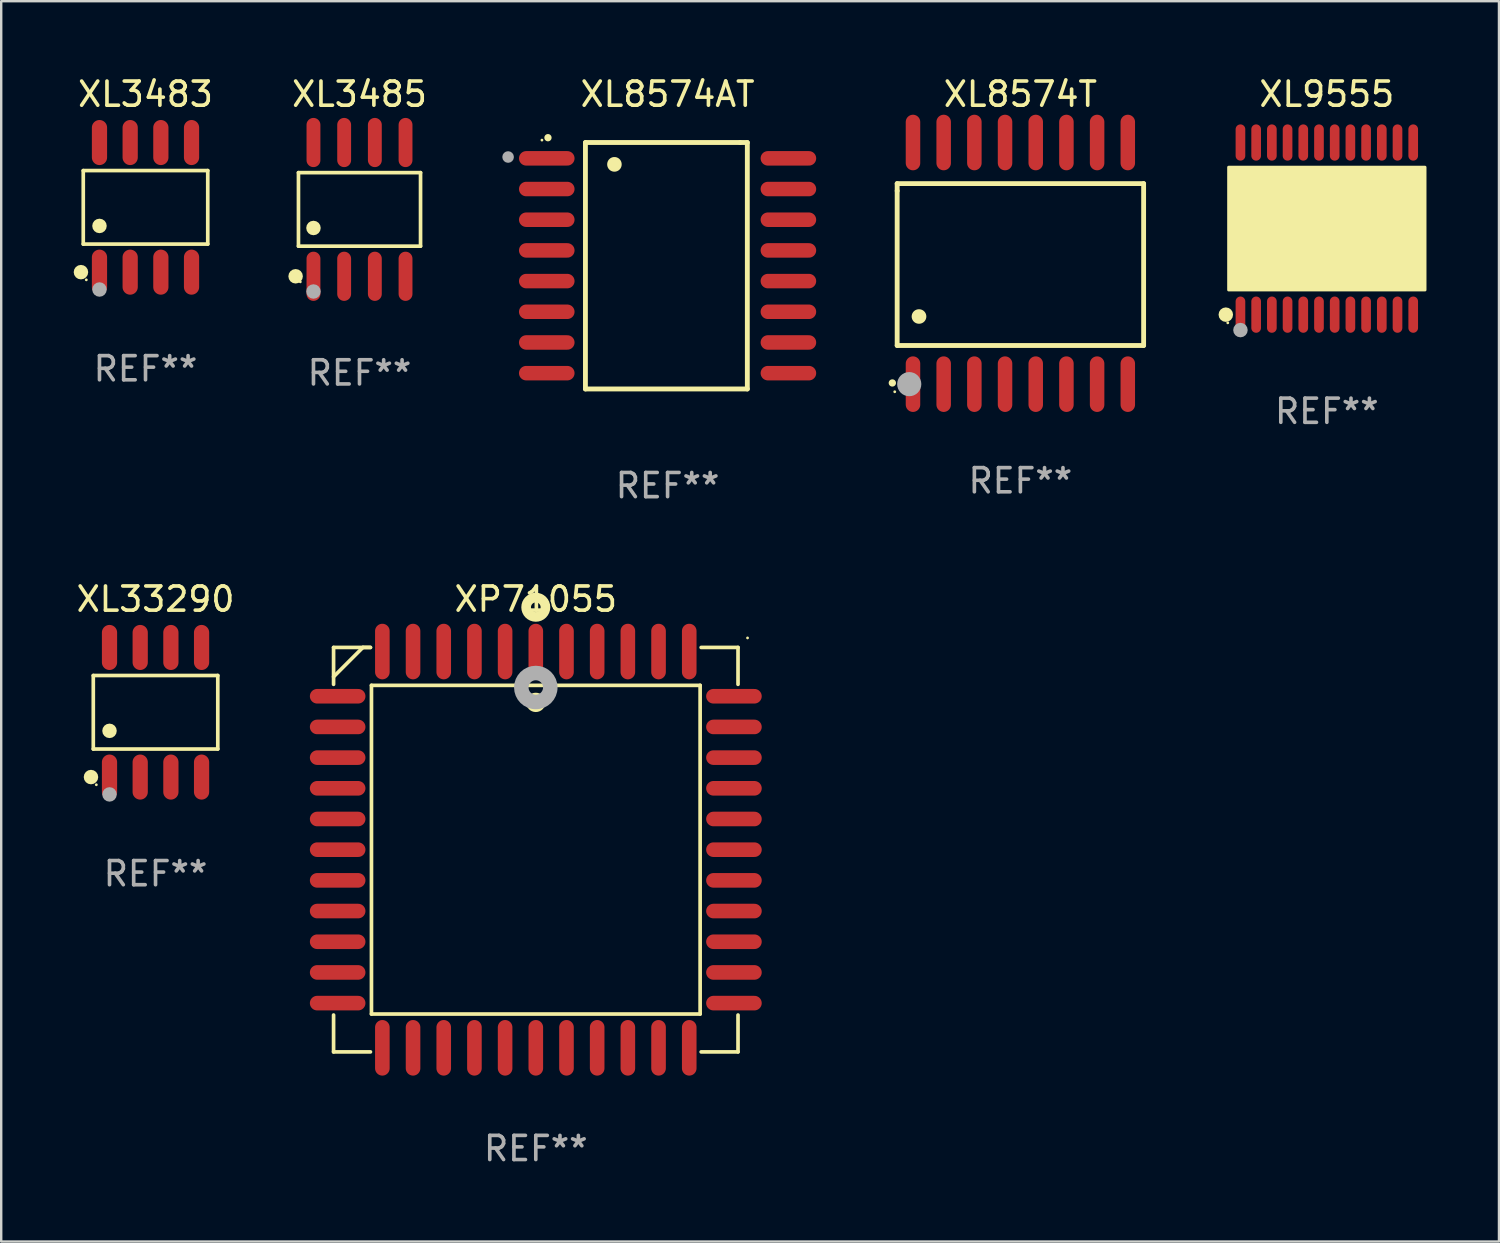
<source format=kicad_pcb>
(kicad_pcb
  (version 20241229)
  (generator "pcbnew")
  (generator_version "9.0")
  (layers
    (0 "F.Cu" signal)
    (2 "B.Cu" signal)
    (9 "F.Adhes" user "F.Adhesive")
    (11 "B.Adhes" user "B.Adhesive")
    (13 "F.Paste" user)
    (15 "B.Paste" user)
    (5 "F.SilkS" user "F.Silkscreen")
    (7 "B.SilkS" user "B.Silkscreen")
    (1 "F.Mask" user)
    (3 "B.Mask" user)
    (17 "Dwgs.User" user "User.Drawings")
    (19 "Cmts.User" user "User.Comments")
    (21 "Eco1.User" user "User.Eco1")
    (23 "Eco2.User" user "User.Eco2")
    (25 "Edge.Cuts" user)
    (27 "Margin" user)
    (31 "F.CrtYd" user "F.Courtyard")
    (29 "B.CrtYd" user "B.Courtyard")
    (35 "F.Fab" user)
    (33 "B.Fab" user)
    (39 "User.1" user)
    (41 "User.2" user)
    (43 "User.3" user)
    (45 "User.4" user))
  (footprint "XL9555"
    (layer "F.Cu")
    (at 51.861 6.41)
    (property "Reference" "XL9555" (at 0 -5.562 0) (layer "F.SilkS") (effects (font (size 1 1) (thickness 0.15))))
    (attr through_hole)
    (fp_circle (center -4.181 3.562) (end -4.031 3.562) (stroke (width 0.3) (type solid)) (fill no) (layer "F.SilkS"))
    (fp_circle (center -4.1 3.9) (end -4.07 3.9) (stroke (width 0.06) (type solid)) (fill no) (layer "F.SilkS"))
    (fp_circle (center -3.575 1.819) (end -3.425 1.819) (stroke (width 0.3) (type solid)) (fill no) (layer "F.SilkS"))
    (fp_poly (pts (xy -4.064 -2.54) (xy 4.064 -2.54) (xy 4.064 2.54) (xy -4.064 2.54)) (stroke (width 0.12) (type solid)) (fill yes) (layer "F.SilkS"))
    (fp_circle (center -3.575 4.2) (end -3.425 4.2) (stroke (width 0.3) (type solid)) (fill no) (layer "F.Fab"))
    (fp_text user "REF**" (at 0 7.562 0) (layer "F.Fab") (effects (font (size 1 1) (thickness 0.15))))
    (pad "1" smd oval (at -3.575 3.562) (size 0.4 1.5) (layers "F.Cu" "F.Mask" "F.Paste"))
    (pad "2" smd oval (at -2.925 3.562) (size 0.4 1.5) (layers "F.Cu" "F.Mask" "F.Paste"))
    (pad "3" smd oval (at -2.275 3.562) (size 0.4 1.5) (layers "F.Cu" "F.Mask" "F.Paste"))
    (pad "4" smd oval (at -1.625 3.562) (size 0.4 1.5) (layers "F.Cu" "F.Mask" "F.Paste"))
    (pad "5" smd oval (at -0.975 3.562) (size 0.4 1.5) (layers "F.Cu" "F.Mask" "F.Paste"))
    (pad "6" smd oval (at -0.325 3.562) (size 0.4 1.5) (layers "F.Cu" "F.Mask" "F.Paste"))
    (pad "7" smd oval (at 0.325 3.562) (size 0.4 1.5) (layers "F.Cu" "F.Mask" "F.Paste"))
    (pad "8" smd oval (at 0.975 3.562) (size 0.4 1.5) (layers "F.Cu" "F.Mask" "F.Paste"))
    (pad "9" smd oval (at 1.625 3.562) (size 0.4 1.5) (layers "F.Cu" "F.Mask" "F.Paste"))
    (pad "10" smd oval (at 2.275 3.562) (size 0.4 1.5) (layers "F.Cu" "F.Mask" "F.Paste"))
    (pad "11" smd oval (at 2.925 3.562) (size 0.4 1.5) (layers "F.Cu" "F.Mask" "F.Paste"))
    (pad "12" smd oval (at 3.575 3.562) (size 0.4 1.5) (layers "F.Cu" "F.Mask" "F.Paste"))
    (pad "13" smd oval (at 3.575 -3.562) (size 0.4 1.5) (layers "F.Cu" "F.Mask" "F.Paste"))
    (pad "14" smd oval (at 2.925 -3.562) (size 0.4 1.5) (layers "F.Cu" "F.Mask" "F.Paste"))
    (pad "15" smd oval (at 2.275 -3.562) (size 0.4 1.5) (layers "F.Cu" "F.Mask" "F.Paste"))
    (pad "16" smd oval (at 1.625 -3.562) (size 0.4 1.5) (layers "F.Cu" "F.Mask" "F.Paste"))
    (pad "17" smd oval (at 0.975 -3.562) (size 0.4 1.5) (layers "F.Cu" "F.Mask" "F.Paste"))
    (pad "18" smd oval (at 0.325 -3.562) (size 0.4 1.5) (layers "F.Cu" "F.Mask" "F.Paste"))
    (pad "19" smd oval (at -0.325 -3.562) (size 0.4 1.5) (layers "F.Cu" "F.Mask" "F.Paste"))
    (pad "20" smd oval (at -0.975 -3.562) (size 0.4 1.5) (layers "F.Cu" "F.Mask" "F.Paste"))
    (pad "21" smd oval (at -1.625 -3.562) (size 0.4 1.5) (layers "F.Cu" "F.Mask" "F.Paste"))
    (pad "22" smd oval (at -2.275 -3.562) (size 0.4 1.5) (layers "F.Cu" "F.Mask" "F.Paste"))
    (pad "23" smd oval (at -2.925 -3.562) (size 0.4 1.5) (layers "F.Cu" "F.Mask" "F.Paste"))
    (pad "24" smd oval (at -3.575 -3.562) (size 0.4 1.5) (layers "F.Cu" "F.Mask" "F.Paste")))
  (footprint "XL8574AT"
    (layer "F.Cu")
    (at 24.578 7.948)
    (property "Reference" "XL8574AT" (at 0 -7.1 0) (layer "F.SilkS") (effects (font (size 1 1) (thickness 0.15))))
    (attr through_hole)
    (fp_line (start -3.4 -5.1) (end -3.4 5.1) (stroke (width 0.2) (type solid)) (layer "F.SilkS"))
    (fp_line (start -3.4 5.1) (end 3.3 5.1) (stroke (width 0.2) (type solid)) (layer "F.SilkS"))
    (fp_line (start 3 -5.1) (end -3.4 -5.1) (stroke (width 0.2) (type solid)) (layer "F.SilkS"))
    (fp_line (start 3.3 -5.1) (end 3 -5.1) (stroke (width 0.2) (type solid)) (layer "F.SilkS"))
    (fp_line (start 3.3 5.1) (end 3.3 -5.1) (stroke (width 0.2) (type solid)) (layer "F.SilkS"))
    (fp_arc (start -4.950495 -5.298451) (mid -4.9505 -5.299721) (end -4.950495 -5.300991) (stroke (width 0.3) (type solid)) (layer "F.SilkS"))
    (fp_arc (start -2.200025 -4.19238) (mid -2.200049 -4.19619) (end -2.200025 -4.2) (stroke (width 0.6) (type solid)) (layer "F.SilkS"))
    (fp_circle (center -5.2 -5.2) (end -5.17 -5.2) (stroke (width 0.06) (type solid)) (fill no) (layer "F.SilkS"))
    (fp_circle (center -6.6 -4.5) (end -6.48 -4.5) (stroke (width 0.24) (type solid)) (fill no) (layer "F.Fab"))
    (fp_text user "REF**" (at 0 9.1 0) (layer "F.Fab") (effects (font (size 1 1) (thickness 0.15))))
    (pad "1" smd oval (at -5 -4.445 90) (size 0.6 2.3) (layers "F.Cu" "F.Mask" "F.Paste"))
    (pad "2" smd oval (at -5 -3.175 90) (size 0.6 2.3) (layers "F.Cu" "F.Mask" "F.Paste"))
    (pad "3" smd oval (at -5 -1.905 90) (size 0.6 2.3) (layers "F.Cu" "F.Mask" "F.Paste"))
    (pad "4" smd oval (at -5 -0.635 90) (size 0.6 2.3) (layers "F.Cu" "F.Mask" "F.Paste"))
    (pad "5" smd oval (at -5 0.635 90) (size 0.6 2.3) (layers "F.Cu" "F.Mask" "F.Paste"))
    (pad "6" smd oval (at -5 1.905 90) (size 0.6 2.3) (layers "F.Cu" "F.Mask" "F.Paste"))
    (pad "7" smd oval (at -5 3.175 90) (size 0.6 2.3) (layers "F.Cu" "F.Mask" "F.Paste"))
    (pad "8" smd oval (at -5 4.445 90) (size 0.6 2.3) (layers "F.Cu" "F.Mask" "F.Paste"))
    (pad "9" smd oval (at 5 4.445 90) (size 0.6 2.3) (layers "F.Cu" "F.Mask" "F.Paste"))
    (pad "10" smd oval (at 5 3.175 90) (size 0.6 2.3) (layers "F.Cu" "F.Mask" "F.Paste"))
    (pad "11" smd oval (at 5 1.905 90) (size 0.6 2.3) (layers "F.Cu" "F.Mask" "F.Paste"))
    (pad "12" smd oval (at 5 0.635 90) (size 0.6 2.3) (layers "F.Cu" "F.Mask" "F.Paste"))
    (pad "13" smd oval (at 5 -0.635 90) (size 0.6 2.3) (layers "F.Cu" "F.Mask" "F.Paste"))
    (pad "14" smd oval (at 5 -1.905 90) (size 0.6 2.3) (layers "F.Cu" "F.Mask" "F.Paste"))
    (pad "15" smd oval (at 5 -3.175 90) (size 0.6 2.3) (layers "F.Cu" "F.Mask" "F.Paste"))
    (pad "16" smd oval (at 5 -4.445 90) (size 0.6 2.3) (layers "F.Cu" "F.Mask" "F.Paste")))
  (footprint "XL8574T"
    (layer "F.Cu")
    (at 39.179 7.848)
    (property "Reference" "XL8574T" (at 0 -7 0) (layer "F.SilkS") (effects (font (size 1 1) (thickness 0.15))))
    (attr through_hole)
    (fp_line (start -5.1 -3.3) (end -5.1 -3) (stroke (width 0.2) (type solid)) (layer "F.SilkS"))
    (fp_line (start -5.1 -3) (end -5.1 3.4) (stroke (width 0.2) (type solid)) (layer "F.SilkS"))
    (fp_line (start -5.1 3.4) (end 5.1 3.4) (stroke (width 0.2) (type solid)) (layer "F.SilkS"))
    (fp_line (start 5.1 -3.3) (end -5.1 -3.3) (stroke (width 0.2) (type solid)) (layer "F.SilkS"))
    (fp_line (start 5.1 3.4) (end 5.1 -3.3) (stroke (width 0.2) (type solid)) (layer "F.SilkS"))
    (fp_arc (start -5.300991 4.950495) (mid -5.299721 4.95049) (end -5.298451 4.950495) (stroke (width 0.3) (type solid)) (layer "F.SilkS"))
    (fp_arc (start -4.2 2.200025) (mid -4.19619 2.200001) (end -4.19238 2.200025) (stroke (width 0.6) (type solid)) (layer "F.SilkS"))
    (fp_circle (center -5.2 5.315) (end -5.17 5.315) (stroke (width 0.06) (type solid)) (fill no) (layer "F.SilkS"))
    (fp_circle (center -4.6 5) (end -4.35 5) (stroke (width 0.5) (type solid)) (fill no) (layer "F.Fab"))
    (fp_text user "REF**" (at 0 9 0) (layer "F.Fab") (effects (font (size 1 1) (thickness 0.15))))
    (pad "1" smd oval (at -4.445 5 180) (size 0.6 2.3) (layers "F.Cu" "F.Mask" "F.Paste"))
    (pad "2" smd oval (at -3.175 5 180) (size 0.6 2.3) (layers "F.Cu" "F.Mask" "F.Paste"))
    (pad "3" smd oval (at -1.905 5 180) (size 0.6 2.3) (layers "F.Cu" "F.Mask" "F.Paste"))
    (pad "4" smd oval (at -0.635 5 180) (size 0.6 2.3) (layers "F.Cu" "F.Mask" "F.Paste"))
    (pad "5" smd oval (at 0.635 5 180) (size 0.6 2.3) (layers "F.Cu" "F.Mask" "F.Paste"))
    (pad "6" smd oval (at 1.905 5 180) (size 0.6 2.3) (layers "F.Cu" "F.Mask" "F.Paste"))
    (pad "7" smd oval (at 3.175 5 180) (size 0.6 2.3) (layers "F.Cu" "F.Mask" "F.Paste"))
    (pad "8" smd oval (at 4.445 5 180) (size 0.6 2.3) (layers "F.Cu" "F.Mask" "F.Paste"))
    (pad "9" smd oval (at 4.445 -5 180) (size 0.6 2.3) (layers "F.Cu" "F.Mask" "F.Paste"))
    (pad "10" smd oval (at 3.175 -5 180) (size 0.6 2.3) (layers "F.Cu" "F.Mask" "F.Paste"))
    (pad "11" smd oval (at 1.905 -5 180) (size 0.6 2.3) (layers "F.Cu" "F.Mask" "F.Paste"))
    (pad "12" smd oval (at 0.635 -5 180) (size 0.6 2.3) (layers "F.Cu" "F.Mask" "F.Paste"))
    (pad "13" smd oval (at -0.635 -5 180) (size 0.6 2.3) (layers "F.Cu" "F.Mask" "F.Paste"))
    (pad "14" smd oval (at -1.905 -5 180) (size 0.6 2.3) (layers "F.Cu" "F.Mask" "F.Paste"))
    (pad "15" smd oval (at -3.175 -5 180) (size 0.6 2.3) (layers "F.Cu" "F.Mask" "F.Paste"))
    (pad "16" smd oval (at -4.445 -5 180) (size 0.6 2.3) (layers "F.Cu" "F.Mask" "F.Paste")))
  (footprint "XL33290"
    (layer "F.Cu")
    (at 3.387 26.427)
    (property "Reference" "XL33290" (at 0 -4.682 0) (layer "F.SilkS") (effects (font (size 1 1) (thickness 0.15))))
    (attr through_hole)
    (fp_line (start -2.576 -1.521) (end 2.576 -1.521) (stroke (width 0.152) (type solid)) (layer "F.SilkS"))
    (fp_line (start -2.576 1.521) (end -2.576 -1.521) (stroke (width 0.152) (type solid)) (layer "F.SilkS"))
    (fp_line (start 2.576 -1.521) (end 2.576 1.521) (stroke (width 0.152) (type solid)) (layer "F.SilkS"))
    (fp_line (start 2.576 1.521) (end -2.576 1.521) (stroke (width 0.152) (type solid)) (layer "F.SilkS"))
    (fp_circle (center -2.672 2.682) (end -2.522 2.682) (stroke (width 0.3) (type solid)) (fill no) (layer "F.SilkS"))
    (fp_circle (center -2.45 3) (end -2.42 3) (stroke (width 0.06) (type solid)) (fill no) (layer "F.SilkS"))
    (fp_circle (center -1.905 0.769) (end -1.755 0.769) (stroke (width 0.3) (type solid)) (fill no) (layer "F.SilkS"))
    (fp_circle (center -1.905 3.4) (end -1.755 3.4) (stroke (width 0.3) (type solid)) (fill no) (layer "F.Fab"))
    (fp_text user "REF**" (at 0 6.682 0) (layer "F.Fab") (effects (font (size 1 1) (thickness 0.15))))
    (pad "1" smd oval (at -1.905 2.682) (size 0.63 1.865) (layers "F.Cu" "F.Mask" "F.Paste"))
    (pad "2" smd oval (at -0.635 2.682) (size 0.63 1.865) (layers "F.Cu" "F.Mask" "F.Paste"))
    (pad "3" smd oval (at 0.635 2.682) (size 0.63 1.865) (layers "F.Cu" "F.Mask" "F.Paste"))
    (pad "4" smd oval (at 1.905 2.682) (size 0.63 1.865) (layers "F.Cu" "F.Mask" "F.Paste"))
    (pad "5" smd oval (at 1.905 -2.682) (size 0.63 1.865) (layers "F.Cu" "F.Mask" "F.Paste"))
    (pad "6" smd oval (at 0.635 -2.682) (size 0.63 1.865) (layers "F.Cu" "F.Mask" "F.Paste"))
    (pad "7" smd oval (at -0.635 -2.682) (size 0.63 1.865) (layers "F.Cu" "F.Mask" "F.Paste"))
    (pad "8" smd oval (at -1.905 -2.682) (size 0.63 1.865) (layers "F.Cu" "F.Mask" "F.Paste")))
  (footprint "XP71055"
    (layer "F.Cu")
    (at 19.124 32.114)
    (property "Reference" "XP71055" (at 0 -10.369 0) (layer "F.SilkS") (effects (font (size 1 1) (thickness 0.15))))
    (attr through_hole)
    (fp_line (start -8.369 -8.369) (end -8.369 -6.843) (stroke (width 0.152) (type solid)) (layer "F.SilkS"))
    (fp_line (start -8.369 8.369) (end -8.369 6.843) (stroke (width 0.152) (type solid)) (layer "F.SilkS"))
    (fp_line (start -7.156 -8.369) (end -8.369 -7.156) (stroke (width 0.152) (type solid)) (layer "F.SilkS"))
    (fp_line (start -6.843 -8.369) (end -8.369 -8.369) (stroke (width 0.152) (type solid)) (layer "F.SilkS"))
    (fp_line (start -6.843 -8.369) (end -7.156 -8.369) (stroke (width 0.152) (type solid)) (layer "F.SilkS"))
    (fp_line (start -6.843 8.369) (end -8.369 8.369) (stroke (width 0.152) (type solid)) (layer "F.SilkS"))
    (fp_line (start -6.801 -6.801) (end 6.801 -6.801) (stroke (width 0.152) (type solid)) (layer "F.SilkS"))
    (fp_line (start -6.801 6.801) (end -6.801 -6.801) (stroke (width 0.152) (type solid)) (layer "F.SilkS"))
    (fp_line (start 6.801 -6.801) (end 6.801 6.801) (stroke (width 0.152) (type solid)) (layer "F.SilkS"))
    (fp_line (start 6.801 6.801) (end -6.801 6.801) (stroke (width 0.152) (type solid)) (layer "F.SilkS"))
    (fp_line (start 6.843 -8.369) (end 8.369 -8.369) (stroke (width 0.152) (type solid)) (layer "F.SilkS"))
    (fp_line (start 6.843 8.369) (end 8.369 8.369) (stroke (width 0.152) (type solid)) (layer "F.SilkS"))
    (fp_line (start 8.369 -8.369) (end 8.369 -6.843) (stroke (width 0.152) (type solid)) (layer "F.SilkS"))
    (fp_line (start 8.369 8.369) (end 8.369 6.843) (stroke (width 0.152) (type solid)) (layer "F.SilkS"))
    (fp_circle (center -0.000013 -6.096) (end 0.2 -6.096) (stroke (width 0.4) (type solid)) (fill no) (layer "F.SilkS"))
    (fp_circle (center 0.000114 -10.033) (end 0.2 -10.033) (stroke (width 0.4) (type solid)) (fill no) (layer "F.SilkS"))
    (fp_circle (center 8.763 -8.763) (end 8.793 -8.763) (stroke (width 0.06) (type solid)) (fill no) (layer "F.SilkS"))
    (fp_circle (center 0.000114 -6.712) (end 0.3 -6.712) (stroke (width 0.6) (type solid)) (fill no) (layer "F.Fab"))
    (fp_text user "REF**" (at 0 12.369 0) (layer "F.Fab") (effects (font (size 1 1) (thickness 0.15))))
    (pad "1" smd oval (at 0.000114 -8.2) (size 0.604 2.3) (layers "F.Cu" "F.Mask" "F.Paste"))
    (pad "2" smd oval (at -1.27 -8.2) (size 0.604 2.3) (layers "F.Cu" "F.Mask" "F.Paste"))
    (pad "3" smd oval (at -2.54 -8.2) (size 0.604 2.3) (layers "F.Cu" "F.Mask" "F.Paste"))
    (pad "4" smd oval (at -3.81 -8.2) (size 0.604 2.3) (layers "F.Cu" "F.Mask" "F.Paste"))
    (pad "5" smd oval (at -5.08 -8.2) (size 0.604 2.3) (layers "F.Cu" "F.Mask" "F.Paste"))
    (pad "6" smd oval (at -6.35 -8.2) (size 0.604 2.3) (layers "F.Cu" "F.Mask" "F.Paste"))
    (pad "7" smd oval (at -8.2 -6.35) (size 2.3 0.604) (layers "F.Cu" "F.Mask" "F.Paste"))
    (pad "8" smd oval (at -8.2 -5.08) (size 2.3 0.604) (layers "F.Cu" "F.Mask" "F.Paste"))
    (pad "9" smd oval (at -8.2 -3.81) (size 2.3 0.604) (layers "F.Cu" "F.Mask" "F.Paste"))
    (pad "10" smd oval (at -8.2 -2.54) (size 2.3 0.604) (layers "F.Cu" "F.Mask" "F.Paste"))
    (pad "11" smd oval (at -8.2 -1.27) (size 2.3 0.604) (layers "F.Cu" "F.Mask" "F.Paste"))
    (pad "12" smd oval (at -8.2 0.000127) (size 2.3 0.604) (layers "F.Cu" "F.Mask" "F.Paste"))
    (pad "13" smd oval (at -8.2 1.27) (size 2.3 0.604) (layers "F.Cu" "F.Mask" "F.Paste"))
    (pad "14" smd oval (at -8.2 2.54) (size 2.3 0.604) (layers "F.Cu" "F.Mask" "F.Paste"))
    (pad "15" smd oval (at -8.2 3.81) (size 2.3 0.604) (layers "F.Cu" "F.Mask" "F.Paste"))
    (pad "16" smd oval (at -8.2 5.08) (size 2.3 0.604) (layers "F.Cu" "F.Mask" "F.Paste"))
    (pad "17" smd oval (at -8.2 6.35) (size 2.3 0.604) (layers "F.Cu" "F.Mask" "F.Paste"))
    (pad "18" smd oval (at -6.35 8.2) (size 0.604 2.3) (layers "F.Cu" "F.Mask" "F.Paste"))
    (pad "19" smd oval (at -5.08 8.2) (size 0.604 2.3) (layers "F.Cu" "F.Mask" "F.Paste"))
    (pad "20" smd oval (at -3.81 8.2) (size 0.604 2.3) (layers "F.Cu" "F.Mask" "F.Paste"))
    (pad "21" smd oval (at -2.54 8.2) (size 0.604 2.3) (layers "F.Cu" "F.Mask" "F.Paste"))
    (pad "22" smd oval (at -1.27 8.2) (size 0.604 2.3) (layers "F.Cu" "F.Mask" "F.Paste"))
    (pad "23" smd oval (at 0.000114 8.2) (size 0.604 2.3) (layers "F.Cu" "F.Mask" "F.Paste"))
    (pad "24" smd oval (at 1.27 8.2) (size 0.604 2.3) (layers "F.Cu" "F.Mask" "F.Paste"))
    (pad "25" smd oval (at 2.54 8.2) (size 0.604 2.3) (layers "F.Cu" "F.Mask" "F.Paste"))
    (pad "26" smd oval (at 3.81 8.2) (size 0.604 2.3) (layers "F.Cu" "F.Mask" "F.Paste"))
    (pad "27" smd oval (at 5.08 8.2) (size 0.604 2.3) (layers "F.Cu" "F.Mask" "F.Paste"))
    (pad "28" smd oval (at 6.35 8.2) (size 0.604 2.3) (layers "F.Cu" "F.Mask" "F.Paste"))
    (pad "29" smd oval (at 8.2 6.35) (size 2.3 0.604) (layers "F.Cu" "F.Mask" "F.Paste"))
    (pad "30" smd oval (at 8.2 5.08) (size 2.3 0.604) (layers "F.Cu" "F.Mask" "F.Paste"))
    (pad "31" smd oval (at 8.2 3.81) (size 2.3 0.604) (layers "F.Cu" "F.Mask" "F.Paste"))
    (pad "32" smd oval (at 8.2 2.54) (size 2.3 0.604) (layers "F.Cu" "F.Mask" "F.Paste"))
    (pad "33" smd oval (at 8.2 1.27) (size 2.3 0.604) (layers "F.Cu" "F.Mask" "F.Paste"))
    (pad "34" smd oval (at 8.2 0.000127) (size 2.3 0.604) (layers "F.Cu" "F.Mask" "F.Paste"))
    (pad "35" smd oval (at 8.2 -1.27) (size 2.3 0.604) (layers "F.Cu" "F.Mask" "F.Paste"))
    (pad "36" smd oval (at 8.2 -2.54) (size 2.3 0.604) (layers "F.Cu" "F.Mask" "F.Paste"))
    (pad "37" smd oval (at 8.2 -3.81) (size 2.3 0.604) (layers "F.Cu" "F.Mask" "F.Paste"))
    (pad "38" smd oval (at 8.2 -5.08) (size 2.3 0.604) (layers "F.Cu" "F.Mask" "F.Paste"))
    (pad "39" smd oval (at 8.2 -6.35) (size 2.3 0.604) (layers "F.Cu" "F.Mask" "F.Paste"))
    (pad "40" smd oval (at 6.35 -8.2) (size 0.604 2.3) (layers "F.Cu" "F.Mask" "F.Paste"))
    (pad "41" smd oval (at 5.08 -8.2) (size 0.604 2.3) (layers "F.Cu" "F.Mask" "F.Paste"))
    (pad "42" smd oval (at 3.81 -8.2) (size 0.604 2.3) (layers "F.Cu" "F.Mask" "F.Paste"))
    (pad "43" smd oval (at 2.54 -8.2) (size 0.604 2.3) (layers "F.Cu" "F.Mask" "F.Paste"))
    (pad "44" smd oval (at 1.27 -8.2) (size 0.604 2.3) (layers "F.Cu" "F.Mask" "F.Paste")))
  (footprint "XL3485"
    (layer "F.Cu")
    (at 11.828 5.616)
    (property "Reference" "XL3485" (at 0 -4.768 0) (layer "F.SilkS") (effects (font (size 1 1) (thickness 0.15))))
    (attr through_hole)
    (fp_line (start -2.526 -1.521) (end 2.526 -1.521) (stroke (width 0.152) (type solid)) (layer "F.SilkS"))
    (fp_line (start -2.526 1.521) (end -2.526 -1.521) (stroke (width 0.152) (type solid)) (layer "F.SilkS"))
    (fp_line (start 2.526 -1.521) (end 2.526 1.521) (stroke (width 0.152) (type solid)) (layer "F.SilkS"))
    (fp_line (start 2.526 1.521) (end -2.526 1.521) (stroke (width 0.152) (type solid)) (layer "F.SilkS"))
    (fp_circle (center -2.644 2.768) (end -2.494 2.768) (stroke (width 0.3) (type solid)) (fill no) (layer "F.SilkS"))
    (fp_circle (center -2.45 2.998) (end -2.42 2.998) (stroke (width 0.06) (type solid)) (fill no) (layer "F.SilkS"))
    (fp_circle (center -1.905 0.769) (end -1.755 0.769) (stroke (width 0.3) (type solid)) (fill no) (layer "F.SilkS"))
    (fp_circle (center -1.905 3.398) (end -1.755 3.398) (stroke (width 0.3) (type solid)) (fill no) (layer "F.Fab"))
    (fp_text user "REF**" (at 0 6.768 0) (layer "F.Fab") (effects (font (size 1 1) (thickness 0.15))))
    (pad "1" smd oval (at -1.905 2.768) (size 0.574 2.036) (layers "F.Cu" "F.Mask" "F.Paste"))
    (pad "2" smd oval (at -0.635 2.768) (size 0.574 2.036) (layers "F.Cu" "F.Mask" "F.Paste"))
    (pad "3" smd oval (at 0.635 2.768) (size 0.574 2.036) (layers "F.Cu" "F.Mask" "F.Paste"))
    (pad "4" smd oval (at 1.905 2.768) (size 0.574 2.036) (layers "F.Cu" "F.Mask" "F.Paste"))
    (pad "5" smd oval (at 1.905 -2.768) (size 0.574 2.036) (layers "F.Cu" "F.Mask" "F.Paste"))
    (pad "6" smd oval (at 0.635 -2.768) (size 0.574 2.036) (layers "F.Cu" "F.Mask" "F.Paste"))
    (pad "7" smd oval (at -0.635 -2.768) (size 0.574 2.036) (layers "F.Cu" "F.Mask" "F.Paste"))
    (pad "8" smd oval (at -1.905 -2.768) (size 0.574 2.036) (layers "F.Cu" "F.Mask" "F.Paste")))
  (footprint "XL3483"
    (layer "F.Cu")
    (at 2.972 5.531)
    (property "Reference" "XL3483" (at 0 -4.682 0) (layer "F.SilkS") (effects (font (size 1 1) (thickness 0.15))))
    (attr through_hole)
    (fp_line (start -2.576 -1.521) (end 2.576 -1.521) (stroke (width 0.152) (type solid)) (layer "F.SilkS"))
    (fp_line (start -2.576 1.521) (end -2.576 -1.521) (stroke (width 0.152) (type solid)) (layer "F.SilkS"))
    (fp_line (start 2.576 -1.521) (end 2.576 1.521) (stroke (width 0.152) (type solid)) (layer "F.SilkS"))
    (fp_line (start 2.576 1.521) (end -2.576 1.521) (stroke (width 0.152) (type solid)) (layer "F.SilkS"))
    (fp_circle (center -2.672 2.682) (end -2.522 2.682) (stroke (width 0.3) (type solid)) (fill no) (layer "F.SilkS"))
    (fp_circle (center -2.45 3) (end -2.42 3) (stroke (width 0.06) (type solid)) (fill no) (layer "F.SilkS"))
    (fp_circle (center -1.905 0.769) (end -1.755 0.769) (stroke (width 0.3) (type solid)) (fill no) (layer "F.SilkS"))
    (fp_circle (center -1.905 3.4) (end -1.755 3.4) (stroke (width 0.3) (type solid)) (fill no) (layer "F.Fab"))
    (fp_text user "REF**" (at 0 6.682 0) (layer "F.Fab") (effects (font (size 1 1) (thickness 0.15))))
    (pad "1" smd oval (at -1.905 2.682) (size 0.63 1.865) (layers "F.Cu" "F.Mask" "F.Paste"))
    (pad "2" smd oval (at -0.635 2.682) (size 0.63 1.865) (layers "F.Cu" "F.Mask" "F.Paste"))
    (pad "3" smd oval (at 0.635 2.682) (size 0.63 1.865) (layers "F.Cu" "F.Mask" "F.Paste"))
    (pad "4" smd oval (at 1.905 2.682) (size 0.63 1.865) (layers "F.Cu" "F.Mask" "F.Paste"))
    (pad "5" smd oval (at 1.905 -2.682) (size 0.63 1.865) (layers "F.Cu" "F.Mask" "F.Paste"))
    (pad "6" smd oval (at 0.635 -2.682) (size 0.63 1.865) (layers "F.Cu" "F.Mask" "F.Paste"))
    (pad "7" smd oval (at -0.635 -2.682) (size 0.63 1.865) (layers "F.Cu" "F.Mask" "F.Paste"))
    (pad "8" smd oval (at -1.905 -2.682) (size 0.63 1.865) (layers "F.Cu" "F.Mask" "F.Paste")))
  (gr_rect
    (start -3 -3)
    (end 58.985 48.332)
    (stroke (width 0.1) (type default))
    (fill no)
    (layer "Edge.Cuts")))
</source>
